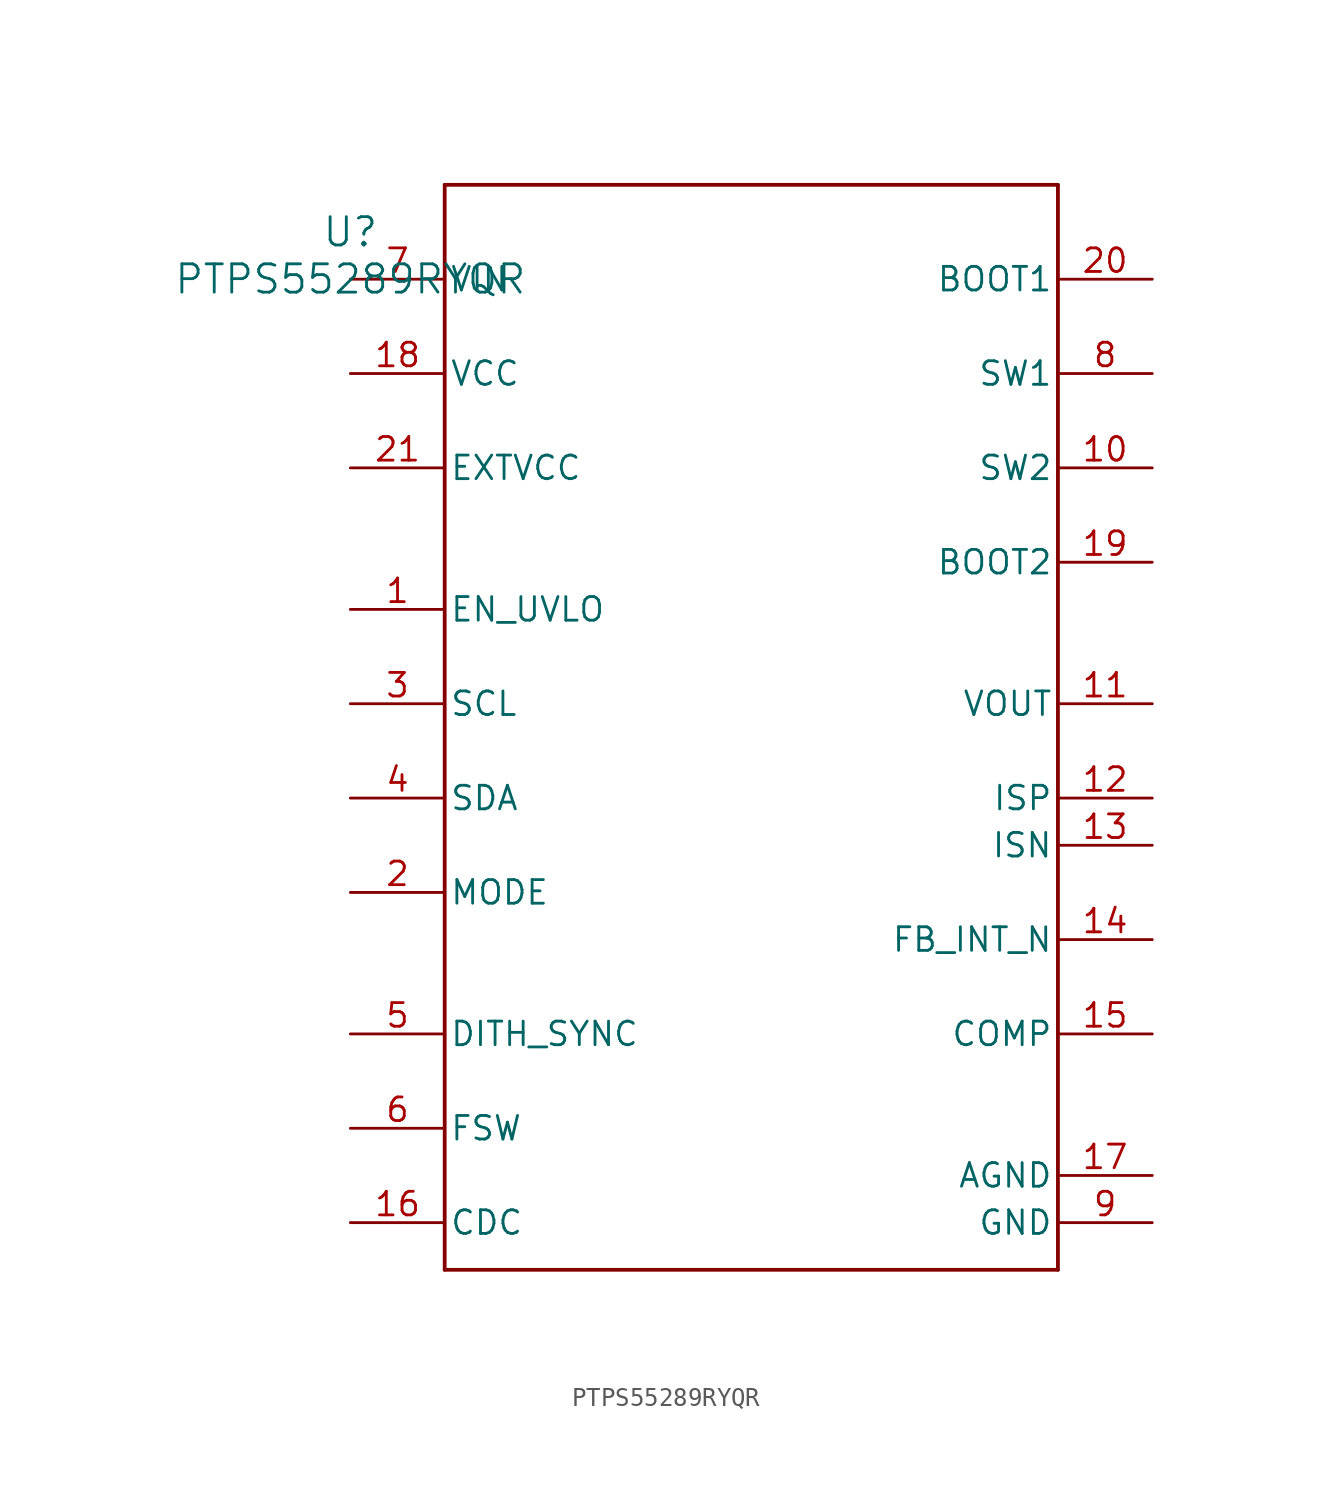
<source format=kicad_sym>
(kicad_symbol_lib
  (version 20241209)
  (generator "kicad_symbol_editor")
  (generator_version "9.0")
  (symbol "PTPS55289RYQR"
    (pin_names
      (offset 0.254))
    (property "Reference" "U"
      (at 0 2.54 0)
      (effects (font (size 1.524 1.524))))
    (property "Value" "PTPS55289RYQR"
      (at 0 0 0)
      (effects (font (size 1.524 1.524))))
    (property "ki_locked" ""
      (at 0 0 0)
      (effects (font (size 1.27 1.27))))
    (symbol "PTPS55289RYQR_0_1"
      (polyline (pts (xy 5.08 5.08) (xy 5.08 -53.34)) (stroke (width 0.203) (type default)) (fill (type none)))
      (polyline (pts (xy 5.08 -53.34) (xy 38.1 -53.34)) (stroke (width 0.203) (type default)) (fill (type none)))
      (polyline (pts (xy 38.1 5.08) (xy 5.08 5.08)) (stroke (width 0.203) (type default)) (fill (type none)))
      (polyline (pts (xy 38.1 -53.34) (xy 38.1 5.08)) (stroke (width 0.203) (type default)) (fill (type none)))
      (pin unspecified line (at 0 0 0) (length 5.08) (name "VIN" (effects (font (size 1.27 1.27)))) (number "7" (effects (font (size 1.27 1.27)))))
      (pin unspecified line (at 0 -5.08 0) (length 5.08) (name "VCC" (effects (font (size 1.27 1.27)))) (number "18" (effects (font (size 1.27 1.27)))))
      (pin unspecified line (at 0 -10.16 0) (length 5.08) (name "EXTVCC" (effects (font (size 1.27 1.27)))) (number "21" (effects (font (size 1.27 1.27)))))
      (pin unspecified line (at 0 -17.78 0) (length 5.08) (name "EN_UVLO" (effects (font (size 1.27 1.27)))) (number "1" (effects (font (size 1.27 1.27)))))
      (pin unspecified line (at 0 -22.86 0) (length 5.08) (name "SCL" (effects (font (size 1.27 1.27)))) (number "3" (effects (font (size 1.27 1.27)))))
      (pin unspecified line (at 0 -27.94 0) (length 5.08) (name "SDA" (effects (font (size 1.27 1.27)))) (number "4" (effects (font (size 1.27 1.27)))))
      (pin unspecified line (at 0 -33.02 0) (length 5.08) (name "MODE" (effects (font (size 1.27 1.27)))) (number "2" (effects (font (size 1.27 1.27)))))
      (pin unspecified line (at 0 -40.64 0) (length 5.08) (name "DITH_SYNC" (effects (font (size 1.27 1.27)))) (number "5" (effects (font (size 1.27 1.27)))))
      (pin unspecified line (at 0 -45.72 0) (length 5.08) (name "FSW" (effects (font (size 1.27 1.27)))) (number "6" (effects (font (size 1.27 1.27)))))
      (pin unspecified line (at 0 -50.8 0) (length 5.08) (name "CDC" (effects (font (size 1.27 1.27)))) (number "16" (effects (font (size 1.27 1.27)))))
      (pin unspecified line (at 43.18 0 180) (length 5.08) (name "BOOT1" (effects (font (size 1.27 1.27)))) (number "20" (effects (font (size 1.27 1.27)))))
      (pin unspecified line (at 43.18 -5.08 180) (length 5.08) (name "SW1" (effects (font (size 1.27 1.27)))) (number "8" (effects (font (size 1.27 1.27)))))
      (pin unspecified line (at 43.18 -10.16 180) (length 5.08) (name "SW2" (effects (font (size 1.27 1.27)))) (number "10" (effects (font (size 1.27 1.27)))))
      (pin unspecified line (at 43.18 -15.24 180) (length 5.08) (name "BOOT2" (effects (font (size 1.27 1.27)))) (number "19" (effects (font (size 1.27 1.27)))))
      (pin unspecified line (at 43.18 -22.86 180) (length 5.08) (name "VOUT" (effects (font (size 1.27 1.27)))) (number "11" (effects (font (size 1.27 1.27)))))
      (pin unspecified line (at 43.18 -27.94 180) (length 5.08) (name "ISP" (effects (font (size 1.27 1.27)))) (number "12" (effects (font (size 1.27 1.27)))))
      (pin unspecified line (at 43.18 -30.48 180) (length 5.08) (name "ISN" (effects (font (size 1.27 1.27)))) (number "13" (effects (font (size 1.27 1.27)))))
      (pin unspecified line (at 43.18 -35.56 180) (length 5.08) (name "FB_INT_N" (effects (font (size 1.27 1.27)))) (number "14" (effects (font (size 1.27 1.27)))))
      (pin unspecified line (at 43.18 -40.64 180) (length 5.08) (name "COMP" (effects (font (size 1.27 1.27)))) (number "15" (effects (font (size 1.27 1.27)))))
      (pin unspecified line (at 43.18 -48.26 180) (length 5.08) (name "AGND" (effects (font (size 1.27 1.27)))) (number "17" (effects (font (size 1.27 1.27))))))
    (symbol "PTPS55289RYQR_1_1"
      (pin unspecified line (at 43.18 -50.8 180) (length 5.08) (name "GND" (effects (font (size 1.27 1.27)))) (number "9" (effects (font (size 1.27 1.27))))))))
</source>
